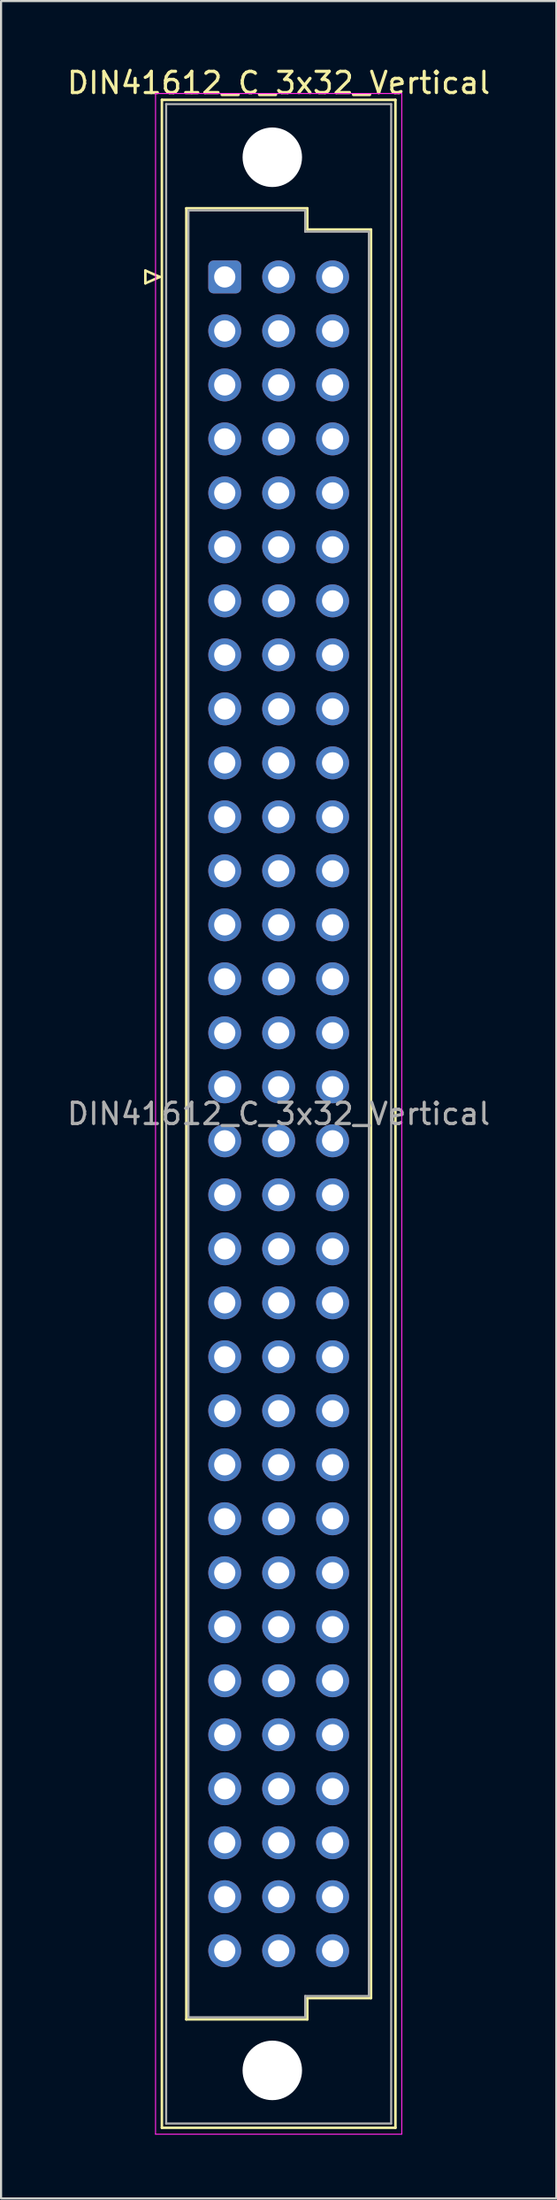
<source format=kicad_pcb>
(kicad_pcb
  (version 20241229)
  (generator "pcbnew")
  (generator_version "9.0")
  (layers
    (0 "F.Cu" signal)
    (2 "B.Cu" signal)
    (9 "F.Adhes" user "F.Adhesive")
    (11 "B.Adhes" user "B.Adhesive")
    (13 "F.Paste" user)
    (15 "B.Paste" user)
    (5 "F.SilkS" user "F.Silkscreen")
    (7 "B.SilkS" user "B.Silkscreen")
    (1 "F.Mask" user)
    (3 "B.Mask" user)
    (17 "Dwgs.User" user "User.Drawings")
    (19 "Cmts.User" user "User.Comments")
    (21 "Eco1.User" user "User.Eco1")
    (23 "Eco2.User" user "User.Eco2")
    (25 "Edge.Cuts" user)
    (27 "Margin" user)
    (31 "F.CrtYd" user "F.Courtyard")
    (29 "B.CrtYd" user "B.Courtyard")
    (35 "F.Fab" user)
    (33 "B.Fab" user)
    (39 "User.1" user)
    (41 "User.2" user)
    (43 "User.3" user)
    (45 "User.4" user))
  (footprint "DIN41612_C_3x32_Vertical"
    (layer "F.Cu")
    (at 7.537 9.978)
    (property "Reference" "DIN41612_C_3x32_Vertical" (at 2.54 -9.13 0) (layer "F.SilkS") (effects (font (size 1 1) (thickness 0.15))))
    (attr through_hole)
    (fp_line (start -3.74 -0.3) (end -3.74 0.3) (stroke (width 0.12) (type solid)) (layer "F.SilkS"))
    (fp_line (start -3.74 0.3) (end -3.06 0) (stroke (width 0.12) (type solid)) (layer "F.SilkS"))
    (fp_line (start -3.06 0) (end -3.74 -0.3) (stroke (width 0.12) (type solid)) (layer "F.SilkS"))
    (fp_line (start -2.96 -8.33) (end 8.04 -8.33) (stroke (width 0.12) (type solid)) (layer "F.SilkS"))
    (fp_line (start -2.96 87.07) (end -2.96 -8.33) (stroke (width 0.12) (type solid)) (layer "F.SilkS"))
    (fp_line (start -1.81 -3.23) (end 3.89 -3.23) (stroke (width 0.12) (type solid)) (layer "F.SilkS"))
    (fp_line (start -1.81 81.97) (end -1.81 -3.23) (stroke (width 0.12) (type solid)) (layer "F.SilkS"))
    (fp_line (start 3.89 -3.23) (end 3.89 -2.23) (stroke (width 0.12) (type solid)) (layer "F.SilkS"))
    (fp_line (start 3.89 -2.23) (end 6.89 -2.23) (stroke (width 0.12) (type solid)) (layer "F.SilkS"))
    (fp_line (start 3.89 80.97) (end 3.89 81.97) (stroke (width 0.12) (type solid)) (layer "F.SilkS"))
    (fp_line (start 3.89 81.97) (end -1.81 81.97) (stroke (width 0.12) (type solid)) (layer "F.SilkS"))
    (fp_line (start 6.89 -2.23) (end 6.89 80.97) (stroke (width 0.12) (type solid)) (layer "F.SilkS"))
    (fp_line (start 6.89 80.97) (end 3.89 80.97) (stroke (width 0.12) (type solid)) (layer "F.SilkS"))
    (fp_line (start 8.04 -8.33) (end 8.04 87.07) (stroke (width 0.12) (type solid)) (layer "F.SilkS"))
    (fp_line (start 8.04 87.07) (end -2.96 87.07) (stroke (width 0.12) (type solid)) (layer "F.SilkS"))
    (fp_line (start -3.26 -8.63) (end 8.34 -8.63) (stroke (width 0.05) (type solid)) (layer "F.CrtYd"))
    (fp_line (start -3.26 87.37) (end -3.26 -8.63) (stroke (width 0.05) (type solid)) (layer "F.CrtYd"))
    (fp_line (start 8.34 -8.63) (end 8.34 87.37) (stroke (width 0.05) (type solid)) (layer "F.CrtYd"))
    (fp_line (start 8.34 87.37) (end -3.26 87.37) (stroke (width 0.05) (type solid)) (layer "F.CrtYd"))
    (fp_line (start -2.76 -8.13) (end 7.84 -8.13) (stroke (width 0.1) (type solid)) (layer "F.Fab"))
    (fp_line (start -2.76 86.87) (end -2.76 -8.13) (stroke (width 0.1) (type solid)) (layer "F.Fab"))
    (fp_line (start -1.71 -3.13) (end 3.79 -3.13) (stroke (width 0.1) (type solid)) (layer "F.Fab"))
    (fp_line (start -1.71 81.87) (end -1.71 -3.13) (stroke (width 0.1) (type solid)) (layer "F.Fab"))
    (fp_line (start 3.79 -3.13) (end 3.79 -2.13) (stroke (width 0.1) (type solid)) (layer "F.Fab"))
    (fp_line (start 3.79 -2.13) (end 6.79 -2.13) (stroke (width 0.1) (type solid)) (layer "F.Fab"))
    (fp_line (start 3.79 80.87) (end 3.79 81.87) (stroke (width 0.1) (type solid)) (layer "F.Fab"))
    (fp_line (start 3.79 81.87) (end -1.71 81.87) (stroke (width 0.1) (type solid)) (layer "F.Fab"))
    (fp_line (start 6.79 -2.13) (end 6.79 80.87) (stroke (width 0.1) (type solid)) (layer "F.Fab"))
    (fp_line (start 6.79 80.87) (end 3.79 80.87) (stroke (width 0.1) (type solid)) (layer "F.Fab"))
    (fp_line (start 7.84 -8.13) (end 7.84 86.87) (stroke (width 0.1) (type solid)) (layer "F.Fab"))
    (fp_line (start 7.84 86.87) (end -2.76 86.87) (stroke (width 0.1) (type solid)) (layer "F.Fab"))
    (fp_text user "${REFERENCE}" (at 2.54 39.37 0) (layer "F.Fab") (effects (font (size 1 1) (thickness 0.15))))
    (pad "" np_thru_hole circle (at 2.24 -5.63) (size 2.8 2.8) (drill 2.8) (layers "*.Cu" "*.Mask"))
    (pad "" np_thru_hole circle (at 2.24 84.37) (size 2.8 2.8) (drill 2.8) (layers "*.Cu" "*.Mask"))
    (pad "a1" thru_hole roundrect (at 0 0) (size 1.55 1.55) (drill 1) (layers "*.Cu" "*.Mask") (roundrect_rratio 0.161))
    (pad "a2" thru_hole circle (at 0 2.54) (size 1.55 1.55) (drill 1) (layers "*.Cu" "*.Mask"))
    (pad "a3" thru_hole circle (at 0 5.08) (size 1.55 1.55) (drill 1) (layers "*.Cu" "*.Mask"))
    (pad "a4" thru_hole circle (at 0 7.62) (size 1.55 1.55) (drill 1) (layers "*.Cu" "*.Mask"))
    (pad "a5" thru_hole circle (at 0 10.16) (size 1.55 1.55) (drill 1) (layers "*.Cu" "*.Mask"))
    (pad "a6" thru_hole circle (at 0 12.7) (size 1.55 1.55) (drill 1) (layers "*.Cu" "*.Mask"))
    (pad "a7" thru_hole circle (at 0 15.24) (size 1.55 1.55) (drill 1) (layers "*.Cu" "*.Mask"))
    (pad "a8" thru_hole circle (at 0 17.78) (size 1.55 1.55) (drill 1) (layers "*.Cu" "*.Mask"))
    (pad "a9" thru_hole circle (at 0 20.32) (size 1.55 1.55) (drill 1) (layers "*.Cu" "*.Mask"))
    (pad "a10" thru_hole circle (at 0 22.86) (size 1.55 1.55) (drill 1) (layers "*.Cu" "*.Mask"))
    (pad "a11" thru_hole circle (at 0 25.4) (size 1.55 1.55) (drill 1) (layers "*.Cu" "*.Mask"))
    (pad "a12" thru_hole circle (at 0 27.94) (size 1.55 1.55) (drill 1) (layers "*.Cu" "*.Mask"))
    (pad "a13" thru_hole circle (at 0 30.48) (size 1.55 1.55) (drill 1) (layers "*.Cu" "*.Mask"))
    (pad "a14" thru_hole circle (at 0 33.02) (size 1.55 1.55) (drill 1) (layers "*.Cu" "*.Mask"))
    (pad "a15" thru_hole circle (at 0 35.56) (size 1.55 1.55) (drill 1) (layers "*.Cu" "*.Mask"))
    (pad "a16" thru_hole circle (at 0 38.1) (size 1.55 1.55) (drill 1) (layers "*.Cu" "*.Mask"))
    (pad "a17" thru_hole circle (at 0 40.64) (size 1.55 1.55) (drill 1) (layers "*.Cu" "*.Mask"))
    (pad "a18" thru_hole circle (at 0 43.18) (size 1.55 1.55) (drill 1) (layers "*.Cu" "*.Mask"))
    (pad "a19" thru_hole circle (at 0 45.72) (size 1.55 1.55) (drill 1) (layers "*.Cu" "*.Mask"))
    (pad "a20" thru_hole circle (at 0 48.26) (size 1.55 1.55) (drill 1) (layers "*.Cu" "*.Mask"))
    (pad "a21" thru_hole circle (at 0 50.8) (size 1.55 1.55) (drill 1) (layers "*.Cu" "*.Mask"))
    (pad "a22" thru_hole circle (at 0 53.34) (size 1.55 1.55) (drill 1) (layers "*.Cu" "*.Mask"))
    (pad "a23" thru_hole circle (at 0 55.88) (size 1.55 1.55) (drill 1) (layers "*.Cu" "*.Mask"))
    (pad "a24" thru_hole circle (at 0 58.42) (size 1.55 1.55) (drill 1) (layers "*.Cu" "*.Mask"))
    (pad "a25" thru_hole circle (at 0 60.96) (size 1.55 1.55) (drill 1) (layers "*.Cu" "*.Mask"))
    (pad "a26" thru_hole circle (at 0 63.5) (size 1.55 1.55) (drill 1) (layers "*.Cu" "*.Mask"))
    (pad "a27" thru_hole circle (at 0 66.04) (size 1.55 1.55) (drill 1) (layers "*.Cu" "*.Mask"))
    (pad "a28" thru_hole circle (at 0 68.58) (size 1.55 1.55) (drill 1) (layers "*.Cu" "*.Mask"))
    (pad "a29" thru_hole circle (at 0 71.12) (size 1.55 1.55) (drill 1) (layers "*.Cu" "*.Mask"))
    (pad "a30" thru_hole circle (at 0 73.66) (size 1.55 1.55) (drill 1) (layers "*.Cu" "*.Mask"))
    (pad "a31" thru_hole circle (at 0 76.2) (size 1.55 1.55) (drill 1) (layers "*.Cu" "*.Mask"))
    (pad "a32" thru_hole circle (at 0 78.74) (size 1.55 1.55) (drill 1) (layers "*.Cu" "*.Mask"))
    (pad "b1" thru_hole circle (at 2.54 0) (size 1.55 1.55) (drill 1) (layers "*.Cu" "*.Mask"))
    (pad "b2" thru_hole circle (at 2.54 2.54) (size 1.55 1.55) (drill 1) (layers "*.Cu" "*.Mask"))
    (pad "b3" thru_hole circle (at 2.54 5.08) (size 1.55 1.55) (drill 1) (layers "*.Cu" "*.Mask"))
    (pad "b4" thru_hole circle (at 2.54 7.62) (size 1.55 1.55) (drill 1) (layers "*.Cu" "*.Mask"))
    (pad "b5" thru_hole circle (at 2.54 10.16) (size 1.55 1.55) (drill 1) (layers "*.Cu" "*.Mask"))
    (pad "b6" thru_hole circle (at 2.54 12.7) (size 1.55 1.55) (drill 1) (layers "*.Cu" "*.Mask"))
    (pad "b7" thru_hole circle (at 2.54 15.24) (size 1.55 1.55) (drill 1) (layers "*.Cu" "*.Mask"))
    (pad "b8" thru_hole circle (at 2.54 17.78) (size 1.55 1.55) (drill 1) (layers "*.Cu" "*.Mask"))
    (pad "b9" thru_hole circle (at 2.54 20.32) (size 1.55 1.55) (drill 1) (layers "*.Cu" "*.Mask"))
    (pad "b10" thru_hole circle (at 2.54 22.86) (size 1.55 1.55) (drill 1) (layers "*.Cu" "*.Mask"))
    (pad "b11" thru_hole circle (at 2.54 25.4) (size 1.55 1.55) (drill 1) (layers "*.Cu" "*.Mask"))
    (pad "b12" thru_hole circle (at 2.54 27.94) (size 1.55 1.55) (drill 1) (layers "*.Cu" "*.Mask"))
    (pad "b13" thru_hole circle (at 2.54 30.48) (size 1.55 1.55) (drill 1) (layers "*.Cu" "*.Mask"))
    (pad "b14" thru_hole circle (at 2.54 33.02) (size 1.55 1.55) (drill 1) (layers "*.Cu" "*.Mask"))
    (pad "b15" thru_hole circle (at 2.54 35.56) (size 1.55 1.55) (drill 1) (layers "*.Cu" "*.Mask"))
    (pad "b16" thru_hole circle (at 2.54 38.1) (size 1.55 1.55) (drill 1) (layers "*.Cu" "*.Mask"))
    (pad "b17" thru_hole circle (at 2.54 40.64) (size 1.55 1.55) (drill 1) (layers "*.Cu" "*.Mask"))
    (pad "b18" thru_hole circle (at 2.54 43.18) (size 1.55 1.55) (drill 1) (layers "*.Cu" "*.Mask"))
    (pad "b19" thru_hole circle (at 2.54 45.72) (size 1.55 1.55) (drill 1) (layers "*.Cu" "*.Mask"))
    (pad "b20" thru_hole circle (at 2.54 48.26) (size 1.55 1.55) (drill 1) (layers "*.Cu" "*.Mask"))
    (pad "b21" thru_hole circle (at 2.54 50.8) (size 1.55 1.55) (drill 1) (layers "*.Cu" "*.Mask"))
    (pad "b22" thru_hole circle (at 2.54 53.34) (size 1.55 1.55) (drill 1) (layers "*.Cu" "*.Mask"))
    (pad "b23" thru_hole circle (at 2.54 55.88) (size 1.55 1.55) (drill 1) (layers "*.Cu" "*.Mask"))
    (pad "b24" thru_hole circle (at 2.54 58.42) (size 1.55 1.55) (drill 1) (layers "*.Cu" "*.Mask"))
    (pad "b25" thru_hole circle (at 2.54 60.96) (size 1.55 1.55) (drill 1) (layers "*.Cu" "*.Mask"))
    (pad "b26" thru_hole circle (at 2.54 63.5) (size 1.55 1.55) (drill 1) (layers "*.Cu" "*.Mask"))
    (pad "b27" thru_hole circle (at 2.54 66.04) (size 1.55 1.55) (drill 1) (layers "*.Cu" "*.Mask"))
    (pad "b28" thru_hole circle (at 2.54 68.58) (size 1.55 1.55) (drill 1) (layers "*.Cu" "*.Mask"))
    (pad "b29" thru_hole circle (at 2.54 71.12) (size 1.55 1.55) (drill 1) (layers "*.Cu" "*.Mask"))
    (pad "b30" thru_hole circle (at 2.54 73.66) (size 1.55 1.55) (drill 1) (layers "*.Cu" "*.Mask"))
    (pad "b31" thru_hole circle (at 2.54 76.2) (size 1.55 1.55) (drill 1) (layers "*.Cu" "*.Mask"))
    (pad "b32" thru_hole circle (at 2.54 78.74) (size 1.55 1.55) (drill 1) (layers "*.Cu" "*.Mask"))
    (pad "c1" thru_hole circle (at 5.08 0) (size 1.55 1.55) (drill 1) (layers "*.Cu" "*.Mask"))
    (pad "c2" thru_hole circle (at 5.08 2.54) (size 1.55 1.55) (drill 1) (layers "*.Cu" "*.Mask"))
    (pad "c3" thru_hole circle (at 5.08 5.08) (size 1.55 1.55) (drill 1) (layers "*.Cu" "*.Mask"))
    (pad "c4" thru_hole circle (at 5.08 7.62) (size 1.55 1.55) (drill 1) (layers "*.Cu" "*.Mask"))
    (pad "c5" thru_hole circle (at 5.08 10.16) (size 1.55 1.55) (drill 1) (layers "*.Cu" "*.Mask"))
    (pad "c6" thru_hole circle (at 5.08 12.7) (size 1.55 1.55) (drill 1) (layers "*.Cu" "*.Mask"))
    (pad "c7" thru_hole circle (at 5.08 15.24) (size 1.55 1.55) (drill 1) (layers "*.Cu" "*.Mask"))
    (pad "c8" thru_hole circle (at 5.08 17.78) (size 1.55 1.55) (drill 1) (layers "*.Cu" "*.Mask"))
    (pad "c9" thru_hole circle (at 5.08 20.32) (size 1.55 1.55) (drill 1) (layers "*.Cu" "*.Mask"))
    (pad "c10" thru_hole circle (at 5.08 22.86) (size 1.55 1.55) (drill 1) (layers "*.Cu" "*.Mask"))
    (pad "c11" thru_hole circle (at 5.08 25.4) (size 1.55 1.55) (drill 1) (layers "*.Cu" "*.Mask"))
    (pad "c12" thru_hole circle (at 5.08 27.94) (size 1.55 1.55) (drill 1) (layers "*.Cu" "*.Mask"))
    (pad "c13" thru_hole circle (at 5.08 30.48) (size 1.55 1.55) (drill 1) (layers "*.Cu" "*.Mask"))
    (pad "c14" thru_hole circle (at 5.08 33.02) (size 1.55 1.55) (drill 1) (layers "*.Cu" "*.Mask"))
    (pad "c15" thru_hole circle (at 5.08 35.56) (size 1.55 1.55) (drill 1) (layers "*.Cu" "*.Mask"))
    (pad "c16" thru_hole circle (at 5.08 38.1) (size 1.55 1.55) (drill 1) (layers "*.Cu" "*.Mask"))
    (pad "c17" thru_hole circle (at 5.08 40.64) (size 1.55 1.55) (drill 1) (layers "*.Cu" "*.Mask"))
    (pad "c18" thru_hole circle (at 5.08 43.18) (size 1.55 1.55) (drill 1) (layers "*.Cu" "*.Mask"))
    (pad "c19" thru_hole circle (at 5.08 45.72) (size 1.55 1.55) (drill 1) (layers "*.Cu" "*.Mask"))
    (pad "c20" thru_hole circle (at 5.08 48.26) (size 1.55 1.55) (drill 1) (layers "*.Cu" "*.Mask"))
    (pad "c21" thru_hole circle (at 5.08 50.8) (size 1.55 1.55) (drill 1) (layers "*.Cu" "*.Mask"))
    (pad "c22" thru_hole circle (at 5.08 53.34) (size 1.55 1.55) (drill 1) (layers "*.Cu" "*.Mask"))
    (pad "c23" thru_hole circle (at 5.08 55.88) (size 1.55 1.55) (drill 1) (layers "*.Cu" "*.Mask"))
    (pad "c24" thru_hole circle (at 5.08 58.42) (size 1.55 1.55) (drill 1) (layers "*.Cu" "*.Mask"))
    (pad "c25" thru_hole circle (at 5.08 60.96) (size 1.55 1.55) (drill 1) (layers "*.Cu" "*.Mask"))
    (pad "c26" thru_hole circle (at 5.08 63.5) (size 1.55 1.55) (drill 1) (layers "*.Cu" "*.Mask"))
    (pad "c27" thru_hole circle (at 5.08 66.04) (size 1.55 1.55) (drill 1) (layers "*.Cu" "*.Mask"))
    (pad "c28" thru_hole circle (at 5.08 68.58) (size 1.55 1.55) (drill 1) (layers "*.Cu" "*.Mask"))
    (pad "c29" thru_hole circle (at 5.08 71.12) (size 1.55 1.55) (drill 1) (layers "*.Cu" "*.Mask"))
    (pad "c30" thru_hole circle (at 5.08 73.66) (size 1.55 1.55) (drill 1) (layers "*.Cu" "*.Mask"))
    (pad "c31" thru_hole circle (at 5.08 76.2) (size 1.55 1.55) (drill 1) (layers "*.Cu" "*.Mask"))
    (pad "c32" thru_hole circle (at 5.08 78.74) (size 1.55 1.55) (drill 1) (layers "*.Cu" "*.Mask")))
  (gr_rect
    (start -3 -3)
    (end 23.155 100.373)
    (stroke (width 0.1) (type default))
    (fill no)
    (layer "Edge.Cuts")))
</source>
